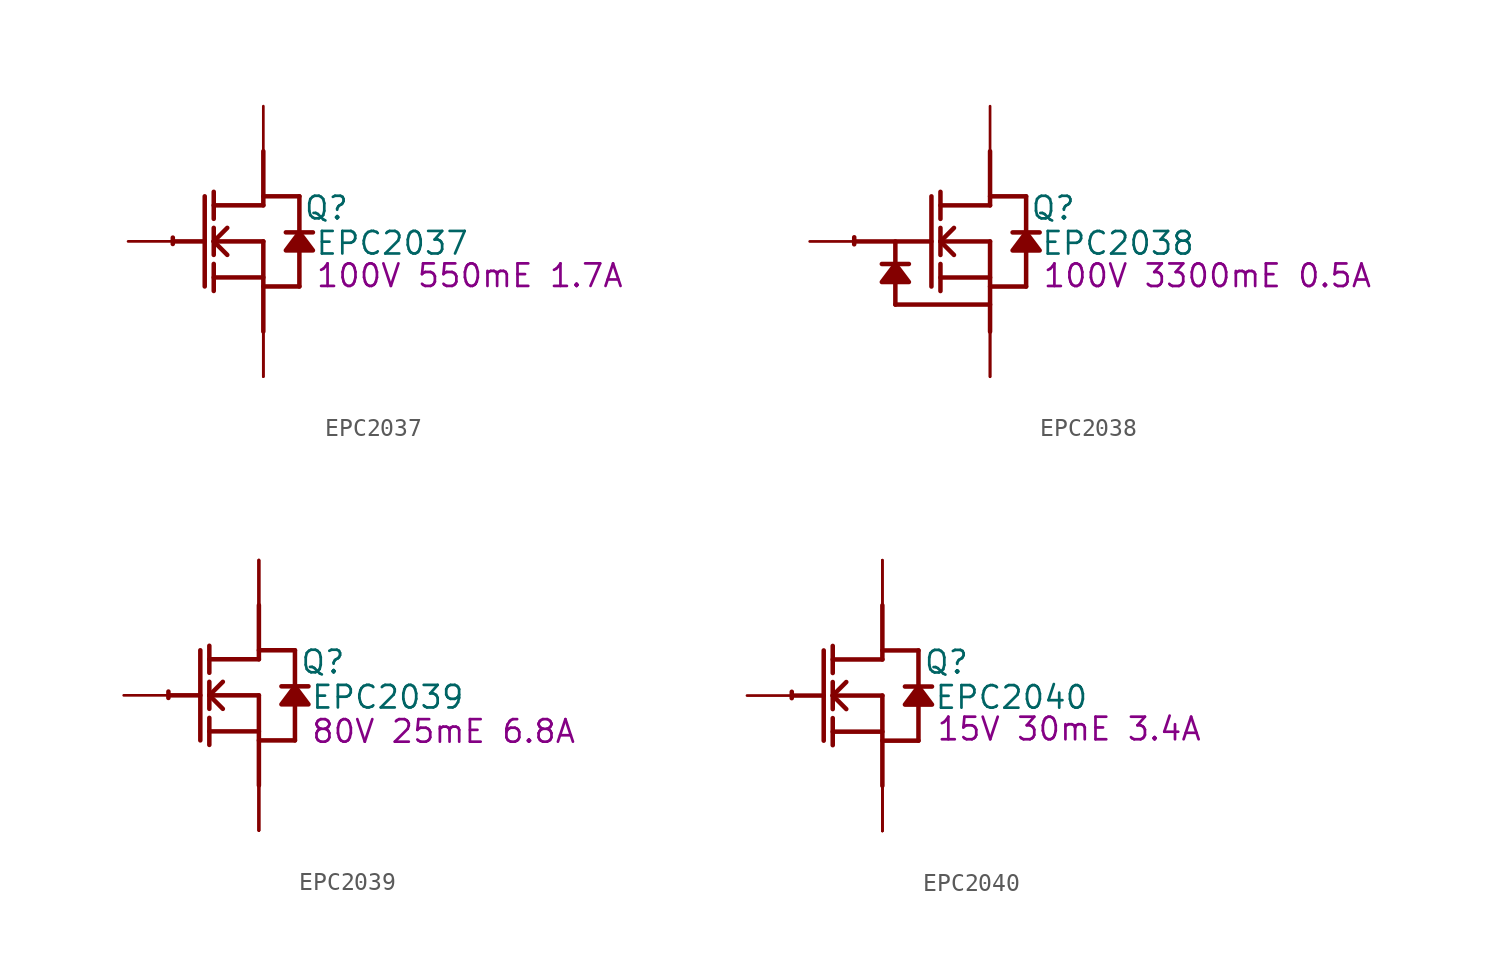
<source format=kicad_sym>
(kicad_symbol_lib
  (version 20220914)
  (generator kicad_symbol_editor)
  (symbol "EPC2037"
    (property "Reference" "Q"
      (at 3.556 1.88 0)
      (effects (font (size 1.27 1.27))))
    (property "Value" "EPC2037"
      (at 7.264 -0.102 0)
      (effects (font (size 1.27 1.27))))
    (property "Description" "100V 550mE 1.7A"
      (at 11.633 -1.93 0)
      (effects (font (size 1.27 1.27))))
    (symbol "EPC2037_1_0"
      (arc (start -5.0996 0.2128) (mid -5.1039 0.0331) (end -5.1019 -0.1467) (stroke (width 0.254) (type solid)) (fill (type none)))
      (polyline (pts (xy -5.08 0) (xy -3.302 0)) (stroke (width 0.254) (type solid)) (fill (type none)))
      (polyline (pts (xy -3.302 2.54) (xy -3.302 -2.54)) (stroke (width 0.254) (type solid)) (fill (type none)))
      (polyline (pts (xy -2.794 -2.794) (xy -2.794 -1.27)) (stroke (width 0.254) (type solid)) (fill (type none)))
      (polyline (pts (xy -2.794 -2.032) (xy 0 -2.032)) (stroke (width 0.254) (type solid)) (fill (type none)))
      (polyline (pts (xy -2.794 -0.762) (xy -2.794 0.762)) (stroke (width 0.254) (type solid)) (fill (type none)))
      (polyline (pts (xy -2.794 0) (xy -2.032 0.762)) (stroke (width 0.254) (type solid)) (fill (type none)))
      (polyline (pts (xy -2.794 0) (xy 0 0)) (stroke (width 0.254) (type solid)) (fill (type none)))
      (polyline (pts (xy -2.794 1.27) (xy -2.794 2.794)) (stroke (width 0.254) (type solid)) (fill (type none)))
      (polyline (pts (xy -2.032 -0.762) (xy -2.794 0)) (stroke (width 0.254) (type solid)) (fill (type none)))
      (polyline (pts (xy 0 -2.54) (xy 2.032 -2.54)) (stroke (width 0.254) (type solid)) (fill (type none)))
      (polyline (pts (xy 0 0) (xy 0 -5.08)) (stroke (width 0.254) (type solid)) (fill (type none)))
      (polyline (pts (xy 0 2.032) (xy -2.794 2.032)) (stroke (width 0.254) (type solid)) (fill (type none)))
      (polyline (pts (xy 0 2.032) (xy 0 5.08)) (stroke (width 0.254) (type solid)) (fill (type none)))
      (polyline (pts (xy 0 2.54) (xy 2.032 2.54)) (stroke (width 0.254) (type solid)) (fill (type none)))
      (polyline (pts (xy 2.032 -0.508) (xy 2.032 -2.54)) (stroke (width 0.254) (type solid)) (fill (type none)))
      (polyline (pts (xy 2.032 2.54) (xy 2.032 0.508)) (stroke (width 0.254) (type solid)) (fill (type none)))
      (polyline (pts (xy 2.794 0.508) (xy 1.27 0.508)) (stroke (width 0.254) (type solid)) (fill (type none)))
      (polyline (pts (xy 2.032 0.508) (xy 1.27 -0.508) (xy 2.794 -0.508) (xy 2.032 0.508)) (stroke (width 0.254) (type solid)) (fill (type outline)))
      (pin passive line (at -7.62 0 0) (length 2.54) (name "G" (effects (font (size 0 0)))) (number "1" (effects (font (size 0 0)))))
      (pin open_emitter line (at 0 -7.62 90) (length 2.54) (name "S1" (effects (font (size 0 0)))) (number "2" (effects (font (size 0 0)))))
      (pin open_collector line (at 0 7.62 270) (length 2.54) (name "D1" (effects (font (size 0 0)))) (number "3" (effects (font (size 0 0)))))
      (pin open_emitter line (at 0 -7.62 90) (length 2.54) (name "S2" (effects (font (size 0 0)))) (number "4" (effects (font (size 0 0)))))))
  (symbol "EPC2038"
    (property "Reference" "Q"
      (at 3.556 1.88 0)
      (effects (font (size 1.27 1.27))))
    (property "Value" "EPC2038"
      (at 7.214 -0.102 0)
      (effects (font (size 1.27 1.27))))
    (property "Description" "100V 3300mE 0.5A"
      (at 12.243 -1.93 0)
      (effects (font (size 1.27 1.27))))
    (symbol "EPC2038_1_0"
      (arc (start -7.6511 0.2344) (mid -7.6559 0.0364) (end -7.6537 -0.1616) (stroke (width 0.254) (type solid)) (fill (type none)))
      (polyline (pts (xy -7.62 0) (xy -3.302 0)) (stroke (width 0.254) (type solid)) (fill (type none)))
      (polyline (pts (xy -5.334 -3.556) (xy 0 -3.556)) (stroke (width 0.254) (type solid)) (fill (type none)))
      (polyline (pts (xy -5.334 -2.286) (xy -5.334 -3.556)) (stroke (width 0.254) (type solid)) (fill (type none)))
      (polyline (pts (xy -5.334 0) (xy -5.334 -1.27)) (stroke (width 0.254) (type solid)) (fill (type none)))
      (polyline (pts (xy -4.572 -1.27) (xy -6.096 -1.27)) (stroke (width 0.254) (type solid)) (fill (type none)))
      (polyline (pts (xy -3.302 2.54) (xy -3.302 -2.54)) (stroke (width 0.254) (type solid)) (fill (type none)))
      (polyline (pts (xy -2.794 -2.794) (xy -2.794 -1.27)) (stroke (width 0.254) (type solid)) (fill (type none)))
      (polyline (pts (xy -2.794 -2.032) (xy 0 -2.032)) (stroke (width 0.254) (type solid)) (fill (type none)))
      (polyline (pts (xy -2.794 -0.762) (xy -2.794 0.762)) (stroke (width 0.254) (type solid)) (fill (type none)))
      (polyline (pts (xy -2.794 0) (xy -2.032 0.762)) (stroke (width 0.254) (type solid)) (fill (type none)))
      (polyline (pts (xy -2.794 0) (xy 0 0)) (stroke (width 0.254) (type solid)) (fill (type none)))
      (polyline (pts (xy -2.794 1.27) (xy -2.794 2.794)) (stroke (width 0.254) (type solid)) (fill (type none)))
      (polyline (pts (xy -2.032 -0.762) (xy -2.794 0)) (stroke (width 0.254) (type solid)) (fill (type none)))
      (polyline (pts (xy 0 -2.54) (xy 2.032 -2.54)) (stroke (width 0.254) (type solid)) (fill (type none)))
      (polyline (pts (xy 0 0) (xy 0 -5.08)) (stroke (width 0.254) (type solid)) (fill (type none)))
      (polyline (pts (xy 0 2.032) (xy -2.794 2.032)) (stroke (width 0.254) (type solid)) (fill (type none)))
      (polyline (pts (xy 0 2.032) (xy 0 5.08)) (stroke (width 0.254) (type solid)) (fill (type none)))
      (polyline (pts (xy 0 2.54) (xy 2.032 2.54)) (stroke (width 0.254) (type solid)) (fill (type none)))
      (polyline (pts (xy 2.032 -0.508) (xy 2.032 -2.54)) (stroke (width 0.254) (type solid)) (fill (type none)))
      (polyline (pts (xy 2.032 2.54) (xy 2.032 0.508)) (stroke (width 0.254) (type solid)) (fill (type none)))
      (polyline (pts (xy 2.794 0.508) (xy 1.27 0.508)) (stroke (width 0.254) (type solid)) (fill (type none)))
      (polyline (pts (xy -5.334 -1.27) (xy -6.096 -2.286) (xy -4.572 -2.286) (xy -5.334 -1.27)) (stroke (width 0.254) (type solid)) (fill (type outline)))
      (polyline (pts (xy 2.032 0.508) (xy 1.27 -0.508) (xy 2.794 -0.508) (xy 2.032 0.508)) (stroke (width 0.254) (type solid)) (fill (type outline)))
      (pin passive line (at -10.16 0 0) (length 2.54) (name "G" (effects (font (size 0 0)))) (number "1" (effects (font (size 0 0)))))
      (pin open_emitter line (at 0 -7.62 90) (length 2.54) (name "S1" (effects (font (size 0 0)))) (number "2" (effects (font (size 0 0)))))
      (pin open_collector line (at 0 7.62 270) (length 2.54) (name "D1" (effects (font (size 0 0)))) (number "3" (effects (font (size 0 0)))))
      (pin open_emitter line (at 0 -7.62 90) (length 2.54) (name "S2" (effects (font (size 0 0)))) (number "4" (effects (font (size 0 0)))))))
  (symbol "EPC2039"
    (property "Reference" "Q"
      (at 3.607 1.88 0)
      (effects (font (size 1.27 1.27))))
    (property "Value" "EPC2039"
      (at 7.264 -0.102 0)
      (effects (font (size 1.27 1.27))))
    (property "Description" "80V 25mE 6.8A"
      (at 10.414 -2.032 0)
      (effects (font (size 1.27 1.27))))
    (symbol "EPC2039_1_0"
      (arc (start -5.0996 0.2128) (mid -5.1039 0.0331) (end -5.1019 -0.1467) (stroke (width 0.254) (type solid)) (fill (type none)))
      (polyline (pts (xy -5.08 0) (xy -3.302 0)) (stroke (width 0.254) (type solid)) (fill (type none)))
      (polyline (pts (xy -3.302 2.54) (xy -3.302 -2.54)) (stroke (width 0.254) (type solid)) (fill (type none)))
      (polyline (pts (xy -2.794 -2.794) (xy -2.794 -1.27)) (stroke (width 0.254) (type solid)) (fill (type none)))
      (polyline (pts (xy -2.794 -2.032) (xy 0 -2.032)) (stroke (width 0.254) (type solid)) (fill (type none)))
      (polyline (pts (xy -2.794 -0.762) (xy -2.794 0.762)) (stroke (width 0.254) (type solid)) (fill (type none)))
      (polyline (pts (xy -2.794 0) (xy -2.032 0.762)) (stroke (width 0.254) (type solid)) (fill (type none)))
      (polyline (pts (xy -2.794 0) (xy 0 0)) (stroke (width 0.254) (type solid)) (fill (type none)))
      (polyline (pts (xy -2.794 1.27) (xy -2.794 2.794)) (stroke (width 0.254) (type solid)) (fill (type none)))
      (polyline (pts (xy -2.032 -0.762) (xy -2.794 0)) (stroke (width 0.254) (type solid)) (fill (type none)))
      (polyline (pts (xy 0 -2.54) (xy 2.032 -2.54)) (stroke (width 0.254) (type solid)) (fill (type none)))
      (polyline (pts (xy 0 0) (xy 0 -5.08)) (stroke (width 0.254) (type solid)) (fill (type none)))
      (polyline (pts (xy 0 2.032) (xy -2.794 2.032)) (stroke (width 0.254) (type solid)) (fill (type none)))
      (polyline (pts (xy 0 2.032) (xy 0 5.08)) (stroke (width 0.254) (type solid)) (fill (type none)))
      (polyline (pts (xy 0 2.54) (xy 2.032 2.54)) (stroke (width 0.254) (type solid)) (fill (type none)))
      (polyline (pts (xy 2.032 -0.508) (xy 2.032 -2.54)) (stroke (width 0.254) (type solid)) (fill (type none)))
      (polyline (pts (xy 2.032 2.54) (xy 2.032 0.508)) (stroke (width 0.254) (type solid)) (fill (type none)))
      (polyline (pts (xy 2.794 0.508) (xy 1.27 0.508)) (stroke (width 0.254) (type solid)) (fill (type none)))
      (polyline (pts (xy 2.032 0.508) (xy 1.27 -0.508) (xy 2.794 -0.508) (xy 2.032 0.508)) (stroke (width 0.254) (type solid)) (fill (type outline)))
      (pin passive line (at -7.62 0 0) (length 2.54) (name "G" (effects (font (size 0 0)))) (number "1" (effects (font (size 0 0)))))
      (pin open_emitter line (at 0 -7.62 90) (length 2.54) (name "S1" (effects (font (size 0 0)))) (number "2" (effects (font (size 0 0)))))
      (pin open_emitter line (at 0 -7.62 90) (length 2.54) (name "S2" (effects (font (size 0 0)))) (number "3" (effects (font (size 0 0)))))
      (pin open_collector line (at 0 7.62 270) (length 2.54) (name "D1" (effects (font (size 0 0)))) (number "4" (effects (font (size 0 0)))))
      (pin open_collector line (at 0 7.62 270) (length 2.54) (name "D2" (effects (font (size 0 0)))) (number "5" (effects (font (size 0 0)))))
      (pin open_collector line (at 0 7.62 270) (length 2.54) (name "D3" (effects (font (size 0 0)))) (number "6" (effects (font (size 0 0)))))
      (pin open_collector line (at 0 7.62 270) (length 2.54) (name "D4" (effects (font (size 0 0)))) (number "7" (effects (font (size 0 0)))))
      (pin open_emitter line (at 0 -7.62 90) (length 2.54) (name "S3" (effects (font (size 0 0)))) (number "8" (effects (font (size 0 0)))))
      (pin open_emitter line (at 0 -7.62 90) (length 2.54) (name "S4" (effects (font (size 0 0)))) (number "9" (effects (font (size 0 0)))))))
  (symbol "EPC2040"
    (property "Reference" "Q"
      (at 3.607 1.88 0)
      (effects (font (size 1.27 1.27))))
    (property "Value" "EPC2040"
      (at 7.264 -0.102 0)
      (effects (font (size 1.27 1.27))))
    (property "Description" "15V 30mE 3.4A"
      (at 10.516 -1.88 0)
      (effects (font (size 1.27 1.27))))
    (symbol "EPC2040_1_0"
      (arc (start -5.0996 0.2128) (mid -5.1039 0.0331) (end -5.1019 -0.1467) (stroke (width 0.254) (type solid)) (fill (type none)))
      (polyline (pts (xy -5.08 0) (xy -3.302 0)) (stroke (width 0.254) (type solid)) (fill (type none)))
      (polyline (pts (xy -3.302 2.54) (xy -3.302 -2.54)) (stroke (width 0.254) (type solid)) (fill (type none)))
      (polyline (pts (xy -2.794 -2.794) (xy -2.794 -1.27)) (stroke (width 0.254) (type solid)) (fill (type none)))
      (polyline (pts (xy -2.794 -2.032) (xy 0 -2.032)) (stroke (width 0.254) (type solid)) (fill (type none)))
      (polyline (pts (xy -2.794 -0.762) (xy -2.794 0.762)) (stroke (width 0.254) (type solid)) (fill (type none)))
      (polyline (pts (xy -2.794 0) (xy -2.032 0.762)) (stroke (width 0.254) (type solid)) (fill (type none)))
      (polyline (pts (xy -2.794 0) (xy 0 0)) (stroke (width 0.254) (type solid)) (fill (type none)))
      (polyline (pts (xy -2.794 1.27) (xy -2.794 2.794)) (stroke (width 0.254) (type solid)) (fill (type none)))
      (polyline (pts (xy -2.032 -0.762) (xy -2.794 0)) (stroke (width 0.254) (type solid)) (fill (type none)))
      (polyline (pts (xy 0 -2.54) (xy 2.032 -2.54)) (stroke (width 0.254) (type solid)) (fill (type none)))
      (polyline (pts (xy 0 0) (xy 0 -5.08)) (stroke (width 0.254) (type solid)) (fill (type none)))
      (polyline (pts (xy 0 2.032) (xy -2.794 2.032)) (stroke (width 0.254) (type solid)) (fill (type none)))
      (polyline (pts (xy 0 2.032) (xy 0 5.08)) (stroke (width 0.254) (type solid)) (fill (type none)))
      (polyline (pts (xy 0 2.54) (xy 2.032 2.54)) (stroke (width 0.254) (type solid)) (fill (type none)))
      (polyline (pts (xy 2.032 -0.508) (xy 2.032 -2.54)) (stroke (width 0.254) (type solid)) (fill (type none)))
      (polyline (pts (xy 2.032 2.54) (xy 2.032 0.508)) (stroke (width 0.254) (type solid)) (fill (type none)))
      (polyline (pts (xy 2.794 0.508) (xy 1.27 0.508)) (stroke (width 0.254) (type solid)) (fill (type none)))
      (polyline (pts (xy 2.032 0.508) (xy 1.27 -0.508) (xy 2.794 -0.508) (xy 2.032 0.508)) (stroke (width 0.254) (type solid)) (fill (type outline)))
      (pin passive line (at -7.62 0 0) (length 2.54) (name "G" (effects (font (size 0 0)))) (number "1" (effects (font (size 0 0)))))
      (pin open_collector line (at 0 7.62 270) (length 2.54) (name "D1" (effects (font (size 0 0)))) (number "2" (effects (font (size 0 0)))))
      (pin open_emitter line (at 0 -7.62 90) (length 2.54) (name "S1" (effects (font (size 0 0)))) (number "3" (effects (font (size 0 0)))))
      (pin open_emitter line (at 0 -7.62 90) (length 2.54) (name "S2" (effects (font (size 0 0)))) (number "4" (effects (font (size 0 0)))))
      (pin open_collector line (at 0 7.62 270) (length 2.54) (name "D2" (effects (font (size 0 0)))) (number "5" (effects (font (size 0 0)))))
      (pin open_emitter line (at 0 -7.62 90) (length 2.54) (name "S3" (effects (font (size 0 0)))) (number "6" (effects (font (size 0 0))))))))
</source>
